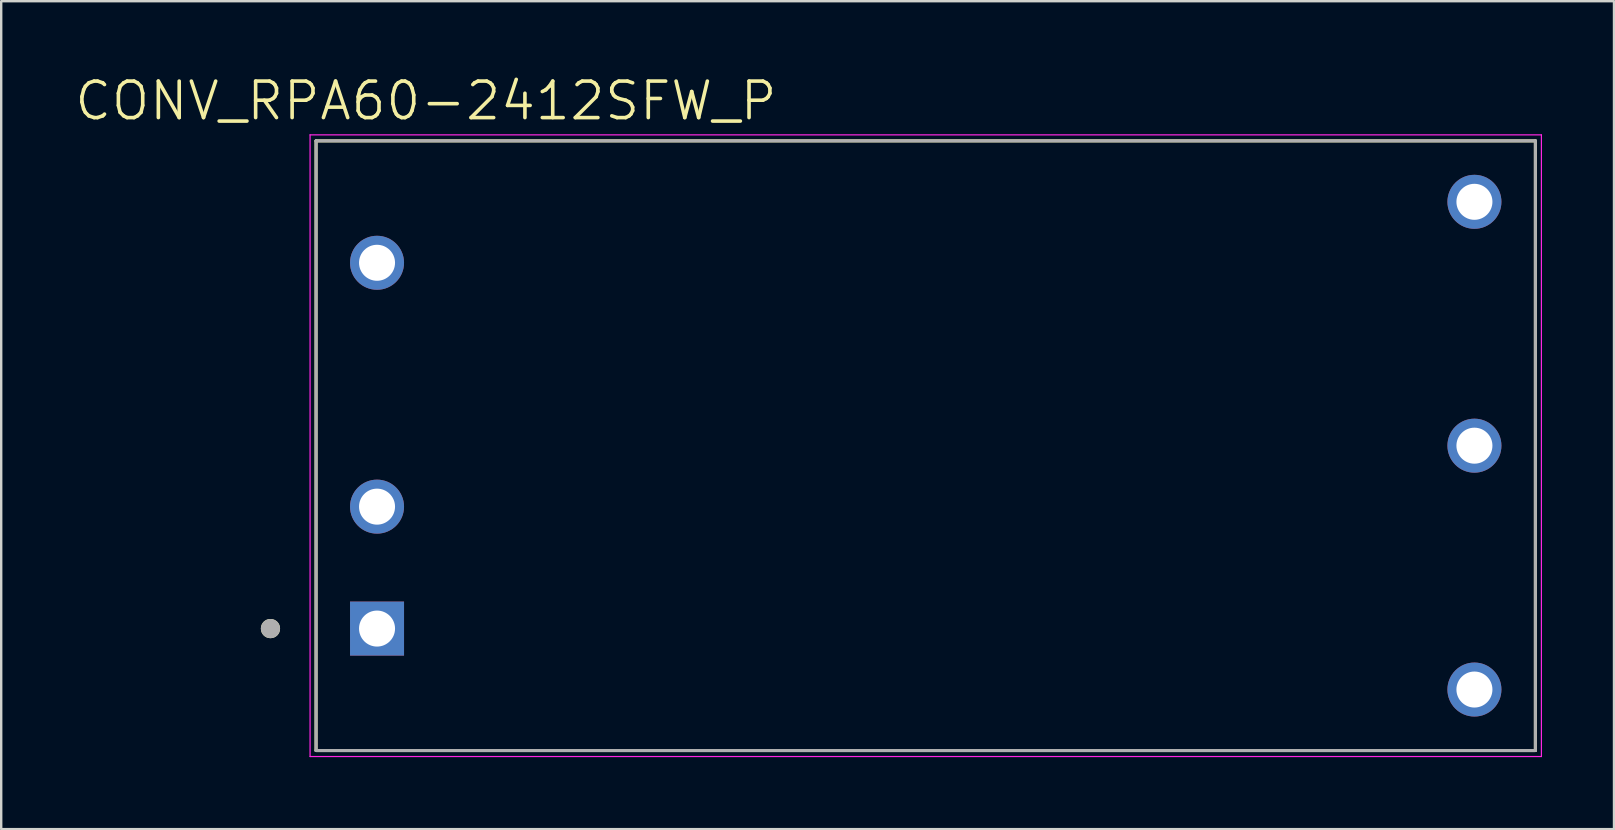
<source format=kicad_pcb>
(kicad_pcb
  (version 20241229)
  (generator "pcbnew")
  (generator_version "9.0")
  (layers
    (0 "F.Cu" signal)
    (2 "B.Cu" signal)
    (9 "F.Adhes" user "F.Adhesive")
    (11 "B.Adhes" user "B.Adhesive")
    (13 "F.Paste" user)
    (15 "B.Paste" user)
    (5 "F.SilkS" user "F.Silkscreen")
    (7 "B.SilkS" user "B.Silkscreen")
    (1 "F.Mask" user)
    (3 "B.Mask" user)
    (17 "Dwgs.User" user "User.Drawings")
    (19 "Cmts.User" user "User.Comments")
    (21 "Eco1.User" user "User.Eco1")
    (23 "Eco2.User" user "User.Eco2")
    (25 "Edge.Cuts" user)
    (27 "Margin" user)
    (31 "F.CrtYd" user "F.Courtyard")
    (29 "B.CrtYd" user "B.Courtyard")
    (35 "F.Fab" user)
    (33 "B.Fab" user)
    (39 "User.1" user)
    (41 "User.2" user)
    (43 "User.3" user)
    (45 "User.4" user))
  (footprint "CONV_RPA60-2412SFW_P"
    (layer "F.Cu")
    (at 35.518 15.518)
    (property "Reference" "CONV_RPA60-2412SFW_P" (at -20.824 -14.365 0) (layer "F.SilkS") (effects (font (size 1.52 1.52) (thickness 0.15))))
    (attr through_hole)
    (fp_line (start -25.4 -12.7) (end 25.4 -12.7) (stroke (width 0.127) (type solid)) (layer "F.SilkS"))
    (fp_line (start -25.4 12.7) (end -25.4 -12.7) (stroke (width 0.127) (type solid)) (layer "F.SilkS"))
    (fp_line (start 25.4 -12.7) (end 25.4 12.7) (stroke (width 0.127) (type solid)) (layer "F.SilkS"))
    (fp_line (start 25.4 12.7) (end -25.4 12.7) (stroke (width 0.127) (type solid)) (layer "F.SilkS"))
    (fp_circle (center -27.3 7.62) (end -27.1 7.62) (stroke (width 0.4) (type solid)) (fill no) (layer "F.SilkS"))
    (fp_line (start -25.65 -12.95) (end -25.65 12.95) (stroke (width 0.05) (type solid)) (layer "F.CrtYd"))
    (fp_line (start -25.65 12.95) (end 25.65 12.95) (stroke (width 0.05) (type solid)) (layer "F.CrtYd"))
    (fp_line (start 25.65 -12.95) (end -25.65 -12.95) (stroke (width 0.05) (type solid)) (layer "F.CrtYd"))
    (fp_line (start 25.65 12.95) (end 25.65 -12.95) (stroke (width 0.05) (type solid)) (layer "F.CrtYd"))
    (fp_line (start -25.4 -12.7) (end 25.4 -12.7) (stroke (width 0.127) (type solid)) (layer "F.Fab"))
    (fp_line (start -25.4 12.7) (end -25.4 -12.7) (stroke (width 0.127) (type solid)) (layer "F.Fab"))
    (fp_line (start 25.4 -12.7) (end 25.4 12.7) (stroke (width 0.127) (type solid)) (layer "F.Fab"))
    (fp_line (start 25.4 12.7) (end -25.4 12.7) (stroke (width 0.127) (type solid)) (layer "F.Fab"))
    (fp_circle (center -27.3 7.62) (end -27.1 7.62) (stroke (width 0.4) (type solid)) (fill no) (layer "F.Fab"))
    (pad "1" thru_hole rect (at -22.86 7.62) (size 2.25 2.25) (drill 1.5) (layers "*.Cu" "*.Mask"))
    (pad "2" thru_hole circle (at -22.86 2.54) (size 2.25 2.25) (drill 1.5) (layers "*.Cu" "*.Mask"))
    (pad "3" thru_hole circle (at -22.86 -7.62) (size 2.25 2.25) (drill 1.5) (layers "*.Cu" "*.Mask"))
    (pad "4" thru_hole circle (at 22.86 -10.16) (size 2.25 2.25) (drill 1.5) (layers "*.Cu" "*.Mask"))
    (pad "5" thru_hole circle (at 22.86 0) (size 2.25 2.25) (drill 1.5) (layers "*.Cu" "*.Mask"))
    (pad "6" thru_hole circle (at 22.86 10.16) (size 2.25 2.25) (drill 1.5) (layers "*.Cu" "*.Mask")))
  (gr_rect
    (start -3 -3)
    (end 64.193 31.493)
    (stroke (width 0.1) (type default))
    (fill no)
    (layer "Edge.Cuts")))
</source>
